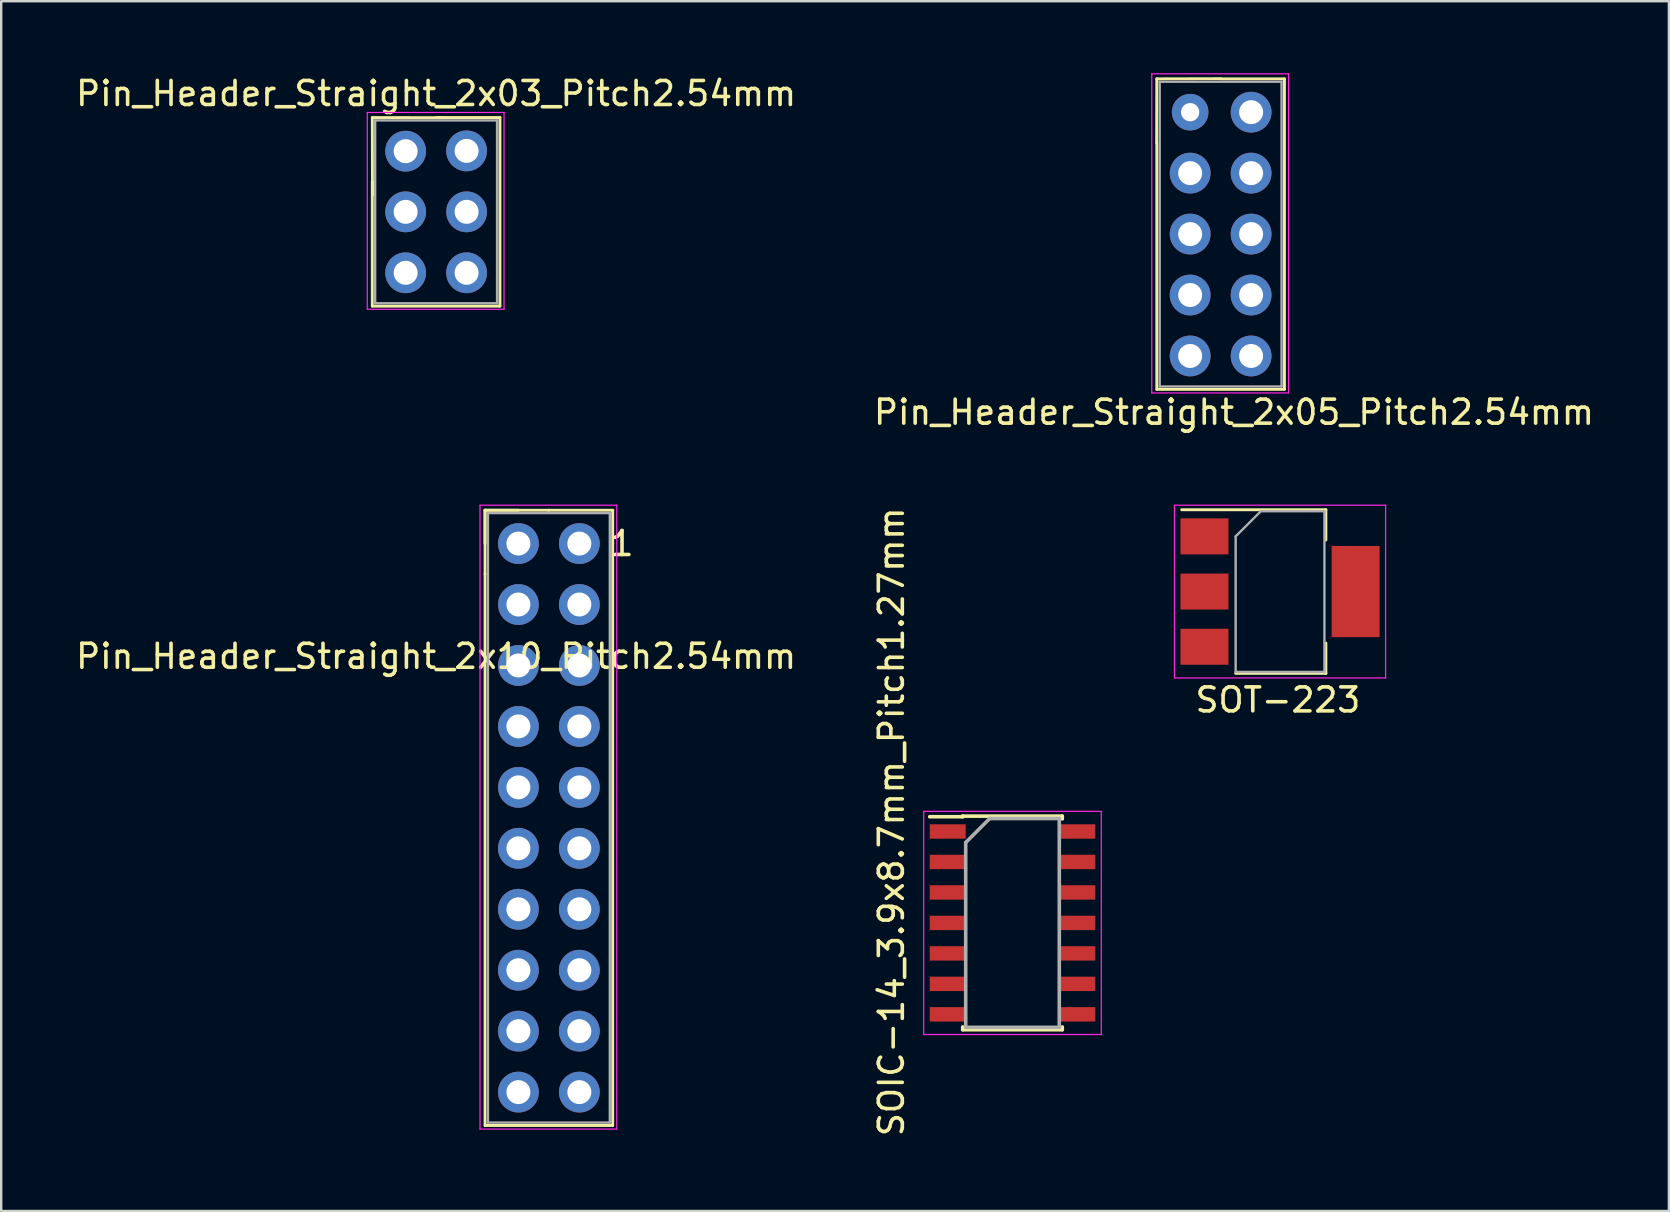
<source format=kicad_pcb>
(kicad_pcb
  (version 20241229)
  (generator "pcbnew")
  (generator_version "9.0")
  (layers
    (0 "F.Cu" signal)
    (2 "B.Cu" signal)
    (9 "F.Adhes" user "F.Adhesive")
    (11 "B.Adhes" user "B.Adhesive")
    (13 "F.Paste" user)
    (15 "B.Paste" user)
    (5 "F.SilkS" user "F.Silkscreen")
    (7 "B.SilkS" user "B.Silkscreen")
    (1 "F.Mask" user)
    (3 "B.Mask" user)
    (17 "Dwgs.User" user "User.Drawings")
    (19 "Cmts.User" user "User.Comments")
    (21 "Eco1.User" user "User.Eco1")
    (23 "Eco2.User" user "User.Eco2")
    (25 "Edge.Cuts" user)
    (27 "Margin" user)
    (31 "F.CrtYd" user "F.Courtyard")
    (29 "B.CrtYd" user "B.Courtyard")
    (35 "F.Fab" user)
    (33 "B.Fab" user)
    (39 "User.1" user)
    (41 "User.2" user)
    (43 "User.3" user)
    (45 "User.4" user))
  (footprint "Pin_Header_Straight_2x10_Pitch2.54mm"
    (layer "F.Cu")
    (at 18.554 19.603)
    (property "Reference" "Pin_Header_Straight_2x10_Pitch2.54mm" (at -3.429 4.699 0) (layer "F.SilkS") (effects (font (size 1 1) (thickness 0.15))))
    (attr through_hole)
    (fp_line (start -1.39 -1.39) (end -1.39 1.27) (stroke (width 0.12) (type solid)) (layer "F.SilkS"))
    (fp_line (start -1.39 -1.39) (end 0 -1.39) (stroke (width 0.12) (type solid)) (layer "F.SilkS"))
    (fp_line (start -1.39 0) (end -1.39 -1.39) (stroke (width 0.12) (type solid)) (layer "F.SilkS"))
    (fp_line (start -1.39 1.27) (end -1.39 24.25) (stroke (width 0.12) (type solid)) (layer "F.SilkS"))
    (fp_line (start -1.39 24.25) (end 3.93 24.25) (stroke (width 0.12) (type solid)) (layer "F.SilkS"))
    (fp_line (start 1.27 -1.39) (end -1.39 -1.39) (stroke (width 0.12) (type solid)) (layer "F.SilkS"))
    (fp_line (start 3.93 -1.39) (end 1.27 -1.39) (stroke (width 0.12) (type solid)) (layer "F.SilkS"))
    (fp_line (start 3.93 24.25) (end 3.93 -1.39) (stroke (width 0.12) (type solid)) (layer "F.SilkS"))
    (fp_line (start -1.6 -1.6) (end -1.6 24.4) (stroke (width 0.05) (type solid)) (layer "F.CrtYd"))
    (fp_line (start -1.6 24.4) (end 4.1 24.4) (stroke (width 0.05) (type solid)) (layer "F.CrtYd"))
    (fp_line (start 4.1 -1.6) (end -1.6 -1.6) (stroke (width 0.05) (type solid)) (layer "F.CrtYd"))
    (fp_line (start 4.1 24.4) (end 4.1 -1.6) (stroke (width 0.05) (type solid)) (layer "F.CrtYd"))
    (fp_line (start -1.27 -1.27) (end -1.27 24.13) (stroke (width 0.1) (type solid)) (layer "F.Fab"))
    (fp_line (start -1.27 24.13) (end 3.81 24.13) (stroke (width 0.1) (type solid)) (layer "F.Fab"))
    (fp_line (start 3.81 -1.27) (end -1.27 -1.27) (stroke (width 0.1) (type solid)) (layer "F.Fab"))
    (fp_line (start 3.81 24.13) (end 3.81 -1.27) (stroke (width 0.1) (type solid)) (layer "F.Fab"))
    (fp_text user "1" (at 4.318 0 0) (layer "F.SilkS") (effects (font (size 1 1) (thickness 0.15))))
    (pad "1" thru_hole oval (at 2.54 0) (size 1.7 1.7) (drill 1) (layers "*.Cu" "*.Mask"))
    (pad "2" thru_hole circle (at 0 0) (size 1.7 1.7) (drill 1) (layers "*.Cu" "*.Mask"))
    (pad "3" thru_hole oval (at 2.54 2.54) (size 1.7 1.7) (drill 1) (layers "*.Cu" "*.Mask"))
    (pad "4" thru_hole oval (at 0 2.54) (size 1.7 1.7) (drill 1) (layers "*.Cu" "*.Mask"))
    (pad "5" thru_hole oval (at 2.54 5.08) (size 1.7 1.7) (drill 1) (layers "*.Cu" "*.Mask"))
    (pad "6" thru_hole oval (at 0 5.08) (size 1.7 1.7) (drill 1) (layers "*.Cu" "*.Mask"))
    (pad "7" thru_hole oval (at 2.54 7.62) (size 1.7 1.7) (drill 1) (layers "*.Cu" "*.Mask"))
    (pad "8" thru_hole oval (at 0 7.62) (size 1.7 1.7) (drill 1) (layers "*.Cu" "*.Mask"))
    (pad "9" thru_hole oval (at 2.54 10.16) (size 1.7 1.7) (drill 1) (layers "*.Cu" "*.Mask"))
    (pad "10" thru_hole oval (at 0 10.16) (size 1.7 1.7) (drill 1) (layers "*.Cu" "*.Mask"))
    (pad "11" thru_hole oval (at 2.54 12.7) (size 1.7 1.7) (drill 1) (layers "*.Cu" "*.Mask"))
    (pad "12" thru_hole oval (at 0 12.7) (size 1.7 1.7) (drill 1) (layers "*.Cu" "*.Mask"))
    (pad "13" thru_hole oval (at 2.54 15.24) (size 1.7 1.7) (drill 1) (layers "*.Cu" "*.Mask"))
    (pad "14" thru_hole oval (at 0 15.24) (size 1.7 1.7) (drill 1) (layers "*.Cu" "*.Mask"))
    (pad "15" thru_hole oval (at 2.54 17.78) (size 1.7 1.7) (drill 1) (layers "*.Cu" "*.Mask"))
    (pad "16" thru_hole oval (at 0 17.78) (size 1.7 1.7) (drill 1) (layers "*.Cu" "*.Mask"))
    (pad "17" thru_hole oval (at 2.54 20.32) (size 1.7 1.7) (drill 1) (layers "*.Cu" "*.Mask"))
    (pad "18" thru_hole oval (at 0 20.32) (size 1.7 1.7) (drill 1) (layers "*.Cu" "*.Mask"))
    (pad "19" thru_hole oval (at 2.54 22.86) (size 1.7 1.7) (drill 1) (layers "*.Cu" "*.Mask"))
    (pad "20" thru_hole oval (at 0 22.86) (size 1.7 1.7) (drill 1) (layers "*.Cu" "*.Mask")))
  (footprint "Pin_Header_Straight_2x03_Pitch2.54mm"
    (layer "F.Cu")
    (at 13.855 3.238)
    (property "Reference" "Pin_Header_Straight_2x03_Pitch2.54mm" (at 1.27 -2.39 0) (layer "F.SilkS") (effects (font (size 1 1) (thickness 0.15))))
    (attr through_hole)
    (fp_line (start -1.39 -1.39) (end 1.537 -1.384) (stroke (width 0.12) (type solid)) (layer "F.SilkS"))
    (fp_line (start -1.39 1.27) (end -1.39 6.47) (stroke (width 0.12) (type solid)) (layer "F.SilkS"))
    (fp_line (start -1.39 6.47) (end 3.93 6.47) (stroke (width 0.12) (type solid)) (layer "F.SilkS"))
    (fp_line (start -1.384 1.854) (end -1.39 -1.39) (stroke (width 0.12) (type solid)) (layer "F.SilkS"))
    (fp_line (start 3.93 -1.39) (end 1.27 -1.39) (stroke (width 0.12) (type solid)) (layer "F.SilkS"))
    (fp_line (start 3.93 6.47) (end 3.93 -1.39) (stroke (width 0.12) (type solid)) (layer "F.SilkS"))
    (fp_line (start -1.6 -1.6) (end -1.6 6.6) (stroke (width 0.05) (type solid)) (layer "F.CrtYd"))
    (fp_line (start -1.6 6.6) (end 4.1 6.6) (stroke (width 0.05) (type solid)) (layer "F.CrtYd"))
    (fp_line (start 4.1 -1.6) (end -1.6 -1.6) (stroke (width 0.05) (type solid)) (layer "F.CrtYd"))
    (fp_line (start 4.1 6.6) (end 4.1 -1.6) (stroke (width 0.05) (type solid)) (layer "F.CrtYd"))
    (fp_line (start -1.27 -1.27) (end -1.27 6.35) (stroke (width 0.1) (type solid)) (layer "F.Fab"))
    (fp_line (start -1.27 6.35) (end 3.81 6.35) (stroke (width 0.1) (type solid)) (layer "F.Fab"))
    (fp_line (start 3.81 -1.27) (end -1.27 -1.27) (stroke (width 0.1) (type solid)) (layer "F.Fab"))
    (fp_line (start 3.81 6.35) (end 3.81 -1.27) (stroke (width 0.1) (type solid)) (layer "F.Fab"))
    (pad "1" thru_hole circle (at 0 0.013) (size 1.7 1.7) (drill 1) (layers "*.Cu" "*.Mask"))
    (pad "2" thru_hole oval (at 2.54 0) (size 1.7 1.7) (drill 1) (layers "*.Cu" "*.Mask"))
    (pad "3" thru_hole oval (at 0 2.54) (size 1.7 1.7) (drill 1) (layers "*.Cu" "*.Mask"))
    (pad "4" thru_hole oval (at 2.54 2.54) (size 1.7 1.7) (drill 1) (layers "*.Cu" "*.Mask"))
    (pad "5" thru_hole oval (at 0 5.08) (size 1.7 1.7) (drill 1) (layers "*.Cu" "*.Mask"))
    (pad "6" thru_hole oval (at 2.54 5.08) (size 1.7 1.7) (drill 1) (layers "*.Cu" "*.Mask")))
  (footprint "Pin_Header_Straight_2x05_Pitch2.54mm"
    (layer "F.Cu")
    (at 46.549 1.625)
    (property "Reference" "Pin_Header_Straight_2x05_Pitch2.54mm" (at 1.826 12.504 0) (layer "F.SilkS") (effects (font (size 1 1) (thickness 0.15))))
    (attr through_hole)
    (fp_line (start -1.397 1.27) (end -1.39 -1.39) (stroke (width 0.12) (type solid)) (layer "F.SilkS"))
    (fp_line (start -1.39 -1.39) (end 1.27 -1.397) (stroke (width 0.12) (type solid)) (layer "F.SilkS"))
    (fp_line (start -1.39 1.27) (end -1.39 11.55) (stroke (width 0.12) (type solid)) (layer "F.SilkS"))
    (fp_line (start -1.39 11.55) (end 3.93 11.55) (stroke (width 0.12) (type solid)) (layer "F.SilkS"))
    (fp_line (start 3.93 -1.39) (end 1.27 -1.39) (stroke (width 0.12) (type solid)) (layer "F.SilkS"))
    (fp_line (start 3.93 11.55) (end 3.93 -1.39) (stroke (width 0.12) (type solid)) (layer "F.SilkS"))
    (fp_line (start -1.6 -1.6) (end -1.6 11.7) (stroke (width 0.05) (type solid)) (layer "F.CrtYd"))
    (fp_line (start -1.6 11.7) (end 4.1 11.7) (stroke (width 0.05) (type solid)) (layer "F.CrtYd"))
    (fp_line (start 4.1 -1.6) (end -1.6 -1.6) (stroke (width 0.05) (type solid)) (layer "F.CrtYd"))
    (fp_line (start 4.1 11.7) (end 4.1 -1.6) (stroke (width 0.05) (type solid)) (layer "F.CrtYd"))
    (fp_line (start -1.27 -1.27) (end -1.27 11.43) (stroke (width 0.1) (type solid)) (layer "F.Fab"))
    (fp_line (start -1.27 11.43) (end 3.81 11.43) (stroke (width 0.1) (type solid)) (layer "F.Fab"))
    (fp_line (start 3.81 -1.27) (end -1.27 -1.27) (stroke (width 0.1) (type solid)) (layer "F.Fab"))
    (fp_line (start 3.81 11.43) (end 3.81 -1.27) (stroke (width 0.1) (type solid)) (layer "F.Fab"))
    (pad "1" thru_hole circle (at 0 0) (size 1.524 1.524) (drill 0.762) (layers "*.Cu" "*.Mask"))
    (pad "2" thru_hole oval (at 2.54 0) (size 1.7 1.7) (drill 1) (layers "*.Cu" "*.Mask"))
    (pad "3" thru_hole oval (at 0 2.54) (size 1.7 1.7) (drill 1) (layers "*.Cu" "*.Mask"))
    (pad "4" thru_hole oval (at 2.54 2.54) (size 1.7 1.7) (drill 1) (layers "*.Cu" "*.Mask"))
    (pad "5" thru_hole oval (at 0 5.08) (size 1.7 1.7) (drill 1) (layers "*.Cu" "*.Mask"))
    (pad "6" thru_hole oval (at 2.54 5.08) (size 1.7 1.7) (drill 1) (layers "*.Cu" "*.Mask"))
    (pad "7" thru_hole oval (at 0 7.62) (size 1.7 1.7) (drill 1) (layers "*.Cu" "*.Mask"))
    (pad "8" thru_hole oval (at 2.54 7.62) (size 1.7 1.7) (drill 1) (layers "*.Cu" "*.Mask"))
    (pad "9" thru_hole oval (at 0 10.16) (size 1.7 1.7) (drill 1) (layers "*.Cu" "*.Mask"))
    (pad "10" thru_hole oval (at 2.54 10.16) (size 1.7 1.7) (drill 1) (layers "*.Cu" "*.Mask")))
  (footprint "SOIC-14_3.9x8.7mm_Pitch1.27mm"
    (layer "F.Cu")
    (at 39.145 35.412)
    (property "Reference" "SOIC-14_3.9x8.7mm_Pitch1.27mm" (at -5.047 -4.214 90) (layer "F.SilkS") (effects (font (size 1 1) (thickness 0.15))))
    (attr smd)
    (fp_line (start -2.075 -4.45) (end -2.075 -4.425) (stroke (width 0.15) (type solid)) (layer "F.SilkS"))
    (fp_line (start -2.075 -4.45) (end 2.075 -4.45) (stroke (width 0.15) (type solid)) (layer "F.SilkS"))
    (fp_line (start -2.075 -4.425) (end -3.45 -4.425) (stroke (width 0.15) (type solid)) (layer "F.SilkS"))
    (fp_line (start -2.075 4.45) (end -2.075 4.335) (stroke (width 0.15) (type solid)) (layer "F.SilkS"))
    (fp_line (start -2.075 4.45) (end 2.075 4.45) (stroke (width 0.15) (type solid)) (layer "F.SilkS"))
    (fp_line (start 2.075 -4.45) (end 2.075 -4.335) (stroke (width 0.15) (type solid)) (layer "F.SilkS"))
    (fp_line (start 2.075 4.45) (end 2.075 4.335) (stroke (width 0.15) (type solid)) (layer "F.SilkS"))
    (fp_line (start -3.7 -4.65) (end -3.7 4.65) (stroke (width 0.05) (type solid)) (layer "F.CrtYd"))
    (fp_line (start -3.7 -4.65) (end 3.7 -4.65) (stroke (width 0.05) (type solid)) (layer "F.CrtYd"))
    (fp_line (start -3.7 4.65) (end 3.7 4.65) (stroke (width 0.05) (type solid)) (layer "F.CrtYd"))
    (fp_line (start 3.7 -4.65) (end 3.7 4.65) (stroke (width 0.05) (type solid)) (layer "F.CrtYd"))
    (fp_line (start -1.95 -3.35) (end -0.95 -4.35) (stroke (width 0.15) (type solid)) (layer "F.Fab"))
    (fp_line (start -1.95 4.35) (end -1.95 -3.35) (stroke (width 0.15) (type solid)) (layer "F.Fab"))
    (fp_line (start -0.95 -4.35) (end 1.95 -4.35) (stroke (width 0.15) (type solid)) (layer "F.Fab"))
    (fp_line (start 1.95 -4.35) (end 1.95 4.35) (stroke (width 0.15) (type solid)) (layer "F.Fab"))
    (fp_line (start 1.95 4.35) (end -1.95 4.35) (stroke (width 0.15) (type solid)) (layer "F.Fab"))
    (pad "1" smd rect (at -2.7 -3.81) (size 1.5 0.6) (layers "F.Cu" "F.Mask" "F.Paste"))
    (pad "2" smd rect (at -2.7 -2.54) (size 1.5 0.6) (layers "F.Cu" "F.Mask" "F.Paste"))
    (pad "3" smd rect (at -2.7 -1.27) (size 1.5 0.6) (layers "F.Cu" "F.Mask" "F.Paste"))
    (pad "4" smd rect (at -2.7 0) (size 1.5 0.6) (layers "F.Cu" "F.Mask" "F.Paste"))
    (pad "5" smd rect (at -2.7 1.27) (size 1.5 0.6) (layers "F.Cu" "F.Mask" "F.Paste"))
    (pad "6" smd rect (at -2.7 2.54) (size 1.5 0.6) (layers "F.Cu" "F.Mask" "F.Paste"))
    (pad "7" smd rect (at -2.7 3.81) (size 1.5 0.6) (layers "F.Cu" "F.Mask" "F.Paste"))
    (pad "8" smd rect (at 2.7 3.81) (size 1.5 0.6) (layers "F.Cu" "F.Mask" "F.Paste"))
    (pad "9" smd rect (at 2.7 2.54) (size 1.5 0.6) (layers "F.Cu" "F.Mask" "F.Paste"))
    (pad "10" smd rect (at 2.7 1.27) (size 1.5 0.6) (layers "F.Cu" "F.Mask" "F.Paste"))
    (pad "11" smd rect (at 2.7 0) (size 1.5 0.6) (layers "F.Cu" "F.Mask" "F.Paste"))
    (pad "12" smd rect (at 2.7 -1.27) (size 1.5 0.6) (layers "F.Cu" "F.Mask" "F.Paste"))
    (pad "13" smd rect (at 2.7 -2.54) (size 1.5 0.6) (layers "F.Cu" "F.Mask" "F.Paste"))
    (pad "14" smd rect (at 2.7 -3.81) (size 1.5 0.6) (layers "F.Cu" "F.Mask" "F.Paste")))
  (footprint "SOT-223"
    (layer "F.Cu")
    (at 50.295 21.603)
    (property "Reference" "SOT-223" (at -0.089 4.516 0) (layer "F.SilkS") (effects (font (size 1 1) (thickness 0.15))))
    (attr smd)
    (fp_line (start -4.1 -3.41) (end 1.91 -3.41) (stroke (width 0.12) (type solid)) (layer "F.SilkS"))
    (fp_line (start -1.85 3.41) (end 1.91 3.41) (stroke (width 0.12) (type solid)) (layer "F.SilkS"))
    (fp_line (start 1.91 -3.41) (end 1.91 -2.15) (stroke (width 0.12) (type solid)) (layer "F.SilkS"))
    (fp_line (start 1.91 3.41) (end 1.91 2.15) (stroke (width 0.12) (type solid)) (layer "F.SilkS"))
    (fp_line (start -4.4 -3.6) (end -4.4 3.6) (stroke (width 0.05) (type solid)) (layer "F.CrtYd"))
    (fp_line (start -4.4 3.6) (end 4.4 3.6) (stroke (width 0.05) (type solid)) (layer "F.CrtYd"))
    (fp_line (start 4.4 -3.6) (end -4.4 -3.6) (stroke (width 0.05) (type solid)) (layer "F.CrtYd"))
    (fp_line (start 4.4 3.6) (end 4.4 -3.6) (stroke (width 0.05) (type solid)) (layer "F.CrtYd"))
    (fp_line (start -1.85 -2.3) (end -1.85 3.35) (stroke (width 0.1) (type solid)) (layer "F.Fab"))
    (fp_line (start -1.85 -2.3) (end -0.8 -3.35) (stroke (width 0.1) (type solid)) (layer "F.Fab"))
    (fp_line (start -1.85 3.35) (end 1.85 3.35) (stroke (width 0.1) (type solid)) (layer "F.Fab"))
    (fp_line (start -0.8 -3.35) (end 1.85 -3.35) (stroke (width 0.1) (type solid)) (layer "F.Fab"))
    (fp_line (start 1.85 -3.35) (end 1.85 3.35) (stroke (width 0.1) (type solid)) (layer "F.Fab"))
    (pad "1" smd rect (at -3.15 -2.3) (size 2 1.5) (layers "F.Cu" "F.Mask" "F.Paste"))
    (pad "2" smd rect (at -3.15 0) (size 2 1.5) (layers "F.Cu" "F.Mask" "F.Paste"))
    (pad "3" smd rect (at -3.15 2.3) (size 2 1.5) (layers "F.Cu" "F.Mask" "F.Paste"))
    (pad "4" smd rect (at 3.15 0) (size 2 3.8) (layers "F.Cu" "F.Mask" "F.Paste")))
  (gr_rect
    (start -3 -3)
    (end 66.5 47.418)
    (stroke (width 0.1) (type default))
    (fill no)
    (layer "Edge.Cuts")))
</source>
